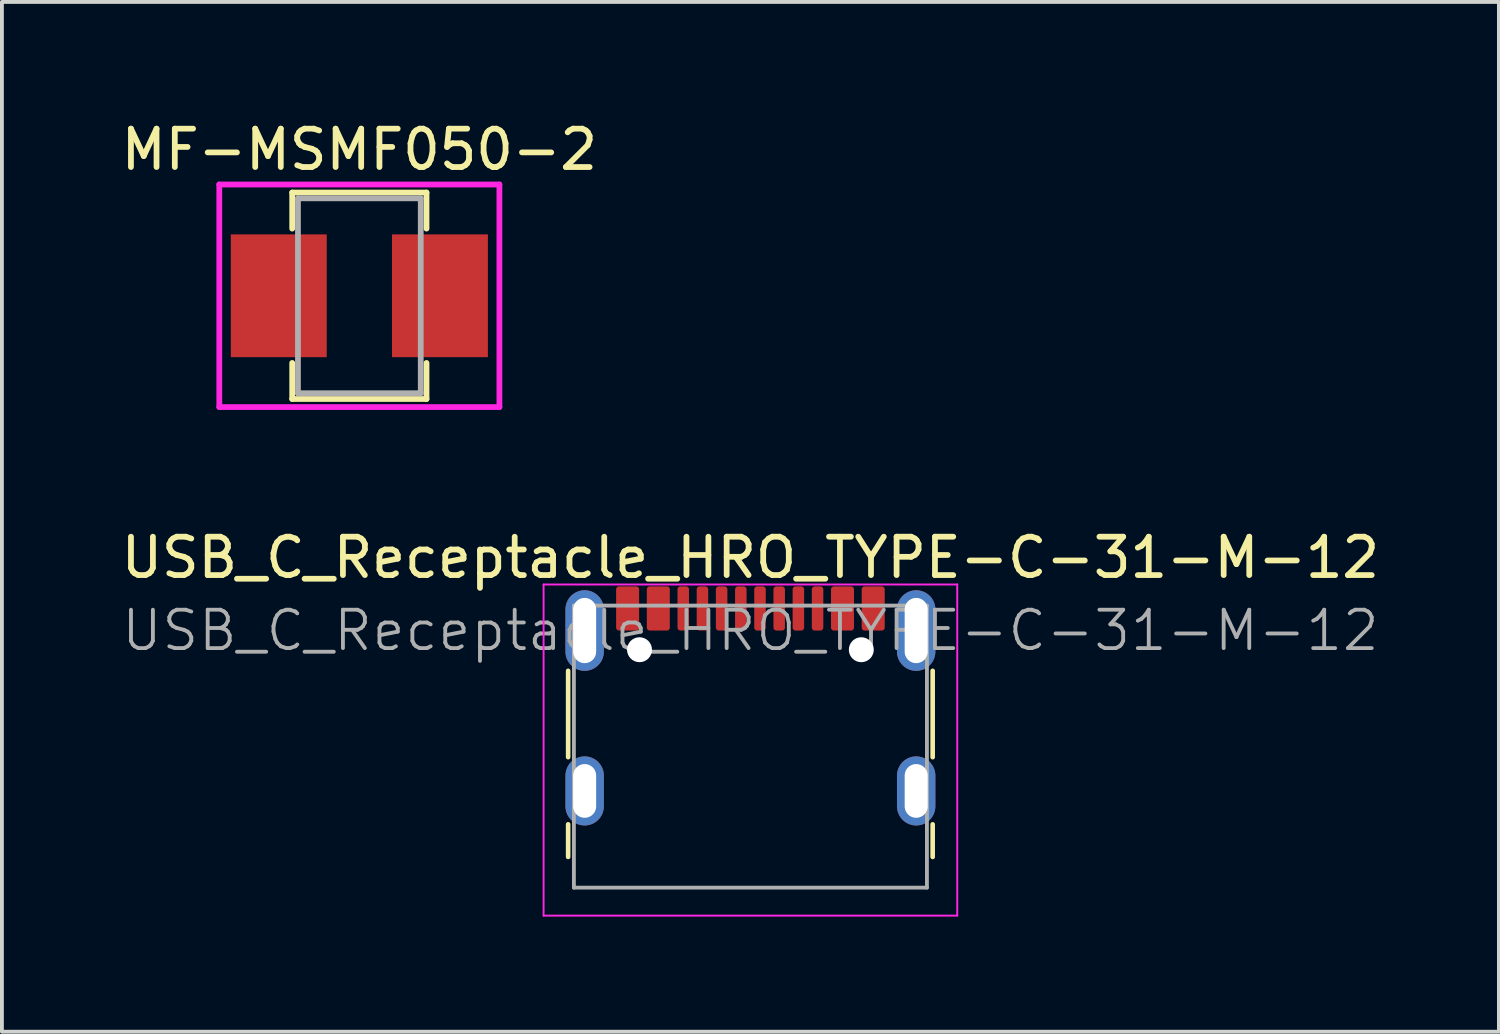
<source format=kicad_pcb>
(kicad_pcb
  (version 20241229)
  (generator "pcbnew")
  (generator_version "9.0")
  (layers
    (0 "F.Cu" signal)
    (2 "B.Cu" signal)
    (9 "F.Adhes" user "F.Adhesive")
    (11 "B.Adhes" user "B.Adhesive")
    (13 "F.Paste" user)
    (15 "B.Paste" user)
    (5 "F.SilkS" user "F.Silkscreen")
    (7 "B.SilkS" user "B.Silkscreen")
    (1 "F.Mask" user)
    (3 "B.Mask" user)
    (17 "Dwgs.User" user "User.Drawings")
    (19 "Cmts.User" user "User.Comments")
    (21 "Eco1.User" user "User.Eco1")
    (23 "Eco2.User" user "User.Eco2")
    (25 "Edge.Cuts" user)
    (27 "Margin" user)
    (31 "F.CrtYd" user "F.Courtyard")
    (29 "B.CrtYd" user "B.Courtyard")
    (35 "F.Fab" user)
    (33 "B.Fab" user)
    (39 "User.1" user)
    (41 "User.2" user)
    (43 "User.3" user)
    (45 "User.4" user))
  (footprint "USB_C_Receptacle_HRO_TYPE-C-31-M-12"
    (layer "F.Cu")
    (at 16.506 13.382)
    (property "Reference" "USB_C_Receptacle_HRO_TYPE-C-31-M-12" (at 0 -1.9 0) (layer "F.SilkS") (effects (font (size 1 1) (thickness 0.15))))
    (attr smd)
    (fp_line (start -4.75 1.05) (end -4.75 3.3) (stroke (width 0.12) (type solid)) (layer "F.SilkS"))
    (fp_line (start -4.75 5.05) (end -4.75 5.9) (stroke (width 0.12) (type solid)) (layer "F.SilkS"))
    (fp_line (start 4.75 1.05) (end 4.75 3.3) (stroke (width 0.12) (type solid)) (layer "F.SilkS"))
    (fp_line (start 4.75 5.05) (end 4.75 5.9) (stroke (width 0.12) (type solid)) (layer "F.SilkS"))
    (fp_line (start -5.39 -1.2) (end 5.39 -1.2) (stroke (width 0.05) (type solid)) (layer "F.CrtYd"))
    (fp_line (start -5.39 7.43) (end -5.39 -1.2) (stroke (width 0.05) (type solid)) (layer "F.CrtYd"))
    (fp_line (start 5.39 -1.2) (end 5.39 7.43) (stroke (width 0.05) (type solid)) (layer "F.CrtYd"))
    (fp_line (start 5.39 7.43) (end -5.39 7.43) (stroke (width 0.05) (type solid)) (layer "F.CrtYd"))
    (fp_line (start -4.6 -0.65) (end 4.6 -0.65) (stroke (width 0.1) (type solid)) (layer "F.Fab"))
    (fp_line (start -4.6 6.7) (end -4.6 -0.65) (stroke (width 0.1) (type solid)) (layer "F.Fab"))
    (fp_line (start -4.6 6.7) (end 4.6 6.7) (stroke (width 0.1) (type solid)) (layer "F.Fab"))
    (fp_line (start 4.6 6.7) (end 4.6 -0.65) (stroke (width 0.1) (type solid)) (layer "F.Fab"))
    (fp_text user "${REFERENCE}" (at 0 0 0) (layer "F.Fab") (effects (font (size 1 1) (thickness 0.1))))
    (pad "" np_thru_hole circle (at -2.89 0.5) (size 0.65 0.65) (drill 0.65) (layers "*.Cu" "*.Mask"))
    (pad "" np_thru_hole circle (at 2.89 0.5) (size 0.65 0.65) (drill 0.65) (layers "*.Cu" "*.Mask"))
    (pad "A1" smd roundrect (at -3.2 -0.575) (size 0.6 1.15) (layers "F.Cu" "F.Mask" "F.Paste") (roundrect_rratio 0.125))
    (pad "A4" smd roundrect (at -2.4 -0.575) (size 0.6 1.15) (layers "F.Cu" "F.Mask" "F.Paste") (roundrect_rratio 0.125))
    (pad "A5" smd roundrect (at -1.25 -0.575) (size 0.3 1.15) (layers "F.Cu" "F.Mask" "F.Paste") (roundrect_rratio 0.25))
    (pad "A6" smd roundrect (at -0.25 -0.575) (size 0.3 1.15) (layers "F.Cu" "F.Mask" "F.Paste") (roundrect_rratio 0.25))
    (pad "A7" smd roundrect (at 0.25 -0.575) (size 0.3 1.15) (layers "F.Cu" "F.Mask" "F.Paste") (roundrect_rratio 0.25))
    (pad "A8" smd roundrect (at 1.25 -0.575) (size 0.3 1.15) (layers "F.Cu" "F.Mask" "F.Paste") (roundrect_rratio 0.25))
    (pad "B1" smd roundrect (at 3.2 -0.575) (size 0.6 1.15) (layers "F.Cu" "F.Mask" "F.Paste") (roundrect_rratio 0.125))
    (pad "B4" smd roundrect (at 2.4 -0.575) (size 0.6 1.15) (layers "F.Cu" "F.Mask" "F.Paste") (roundrect_rratio 0.125))
    (pad "B5" smd roundrect (at 1.75 -0.575) (size 0.3 1.15) (layers "F.Cu" "F.Mask" "F.Paste") (roundrect_rratio 0.25))
    (pad "B6" smd roundrect (at 0.75 -0.575) (size 0.3 1.15) (layers "F.Cu" "F.Mask" "F.Paste") (roundrect_rratio 0.25))
    (pad "B7" smd roundrect (at -0.75 -0.575) (size 0.3 1.15) (layers "F.Cu" "F.Mask" "F.Paste") (roundrect_rratio 0.25))
    (pad "B8" smd roundrect (at -1.75 -0.575) (size 0.3 1.15) (layers "F.Cu" "F.Mask" "F.Paste") (roundrect_rratio 0.25))
    (pad "S1" thru_hole oval (at -4.32 0) (size 1 2.1) (drill oval 0.6 1.7) (layers "*.Cu" "*.Mask"))
    (pad "S1" thru_hole oval (at -4.32 4.18) (size 1 1.8) (drill oval 0.6 1.4) (layers "*.Cu" "*.Mask"))
    (pad "S1" thru_hole oval (at 4.32 0) (size 1 2.1) (drill oval 0.6 1.7) (layers "*.Cu" "*.Mask"))
    (pad "S1" thru_hole oval (at 4.32 4.18) (size 1 1.8) (drill oval 0.6 1.4) (layers "*.Cu" "*.Mask")))
  (footprint "MF-MSMF050-2"
    (layer "F.Cu")
    (at 6.315 4.658)
    (property "Reference" "MF-MSMF050-2" (at 0 -3.81 0) (layer "F.SilkS") (effects (font (size 1 1) (thickness 0.15))))
    (attr through_hole)
    (fp_line (start -1.75 -2.69) (end -1.75 -1.75) (stroke (width 0.15) (type solid)) (layer "F.SilkS"))
    (fp_line (start -1.75 2.69) (end -1.75 1.75) (stroke (width 0.15) (type solid)) (layer "F.SilkS"))
    (fp_line (start 1.75 -2.69) (end -1.75 -2.69) (stroke (width 0.15) (type solid)) (layer "F.SilkS"))
    (fp_line (start 1.75 -1.75) (end 1.75 -2.69) (stroke (width 0.15) (type solid)) (layer "F.SilkS"))
    (fp_line (start 1.75 2.69) (end -1.75 2.69) (stroke (width 0.15) (type solid)) (layer "F.SilkS"))
    (fp_line (start 1.75 2.69) (end 1.75 1.75) (stroke (width 0.15) (type solid)) (layer "F.SilkS"))
    (fp_line (start -3.65 -2.9) (end 3.65 -2.9) (stroke (width 0.15) (type solid)) (layer "F.CrtYd"))
    (fp_line (start -3.65 2.9) (end -3.65 -2.9) (stroke (width 0.15) (type solid)) (layer "F.CrtYd"))
    (fp_line (start 3.65 -2.9) (end 3.65 2.9) (stroke (width 0.15) (type solid)) (layer "F.CrtYd"))
    (fp_line (start 3.65 2.9) (end -3.65 2.9) (stroke (width 0.15) (type solid)) (layer "F.CrtYd"))
    (fp_line (start -1.6 -2.54) (end -1.6 2.54) (stroke (width 0.15) (type solid)) (layer "F.Fab"))
    (fp_line (start -1.6 2.54) (end 1.6 2.54) (stroke (width 0.15) (type solid)) (layer "F.Fab"))
    (fp_line (start 1.6 -2.54) (end -1.6 -2.54) (stroke (width 0.15) (type solid)) (layer "F.Fab"))
    (fp_line (start 1.6 2.54) (end 1.6 -2.54) (stroke (width 0.15) (type solid)) (layer "F.Fab"))
    (pad "1" smd rect (at -2.1 0) (size 2.5 3.2) (layers "F.Cu" "F.Mask" "F.Paste"))
    (pad "2" smd rect (at 2.1 0) (size 2.5 3.2) (layers "F.Cu" "F.Mask" "F.Paste")))
  (gr_rect
    (start -3 -3)
    (end 36.012 23.837)
    (stroke (width 0.1) (type default))
    (fill no)
    (layer "Edge.Cuts")))
</source>
